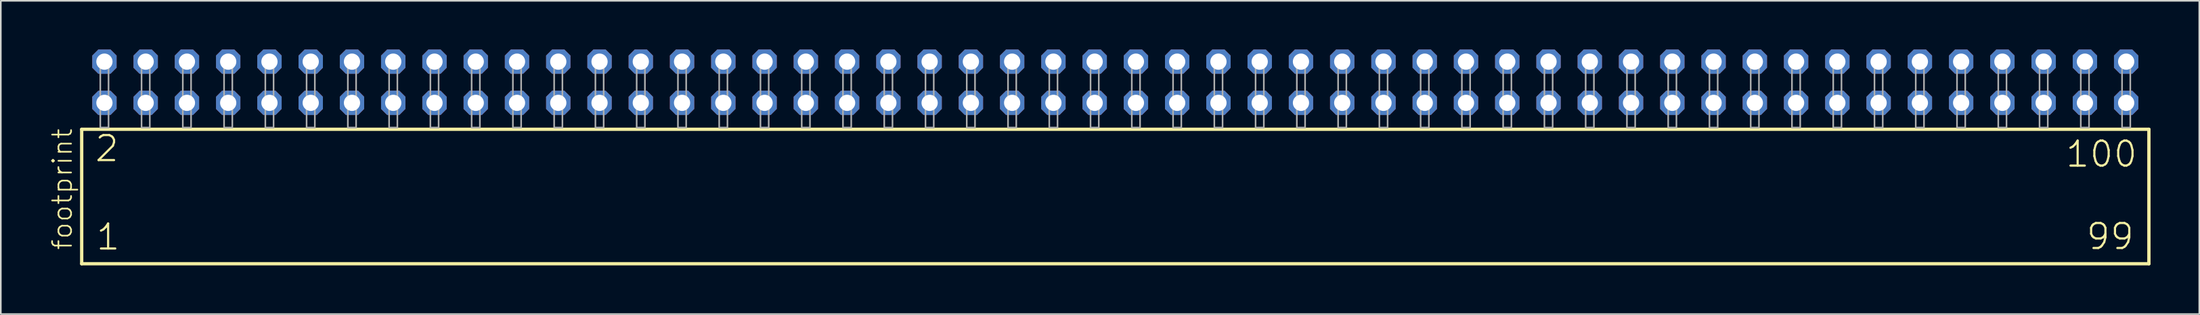
<source format=kicad_pcb>
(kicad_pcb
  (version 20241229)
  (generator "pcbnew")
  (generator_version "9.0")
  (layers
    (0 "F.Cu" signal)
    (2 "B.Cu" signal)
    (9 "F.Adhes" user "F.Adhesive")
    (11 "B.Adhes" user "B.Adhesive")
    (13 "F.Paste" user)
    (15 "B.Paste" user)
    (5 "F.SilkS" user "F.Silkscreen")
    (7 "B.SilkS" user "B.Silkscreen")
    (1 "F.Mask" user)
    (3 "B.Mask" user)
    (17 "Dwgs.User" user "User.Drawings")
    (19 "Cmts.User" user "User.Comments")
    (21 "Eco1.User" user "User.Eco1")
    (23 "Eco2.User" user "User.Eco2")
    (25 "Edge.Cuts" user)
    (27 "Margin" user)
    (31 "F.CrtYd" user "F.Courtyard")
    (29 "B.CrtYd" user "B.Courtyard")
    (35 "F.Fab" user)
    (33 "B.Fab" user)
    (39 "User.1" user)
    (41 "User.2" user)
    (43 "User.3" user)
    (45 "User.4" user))
  (footprint "footprint"
    (layer "F.Cu")
    (at 65.608 4.814)
    (property "Reference" "footprint" (at -64.135 7.62 90) (layer "F.SilkS") (effects (font (size 1.168 1.168) (thickness 0.102)) (justify left bottom)))
    (fp_line (start -63.629 0.106) (end -63.629 8.396) (stroke (width 0.203) (type solid)) (layer "F.SilkS"))
    (fp_line (start -63.629 8.396) (end 63.629 8.396) (stroke (width 0.203) (type solid)) (layer "F.SilkS"))
    (fp_line (start 63.629 0.106) (end -63.629 0.106) (stroke (width 0.203) (type solid)) (layer "F.SilkS"))
    (fp_line (start 63.629 8.396) (end 63.629 0.106) (stroke (width 0.203) (type solid)) (layer "F.SilkS"))
    (fp_poly (pts (xy -62.484 0) (xy -61.976 0) (xy -61.976 -4.318) (xy -62.484 -4.318)) (stroke (width 0.1) (type solid)) (fill no) (layer "F.Fab"))
    (fp_poly (pts (xy -59.944 0) (xy -59.436 0) (xy -59.436 -4.318) (xy -59.944 -4.318)) (stroke (width 0.1) (type solid)) (fill no) (layer "F.Fab"))
    (fp_poly (pts (xy -57.404 0) (xy -56.896 0) (xy -56.896 -4.318) (xy -57.404 -4.318)) (stroke (width 0.1) (type solid)) (fill no) (layer "F.Fab"))
    (fp_poly (pts (xy -54.864 0) (xy -54.356 0) (xy -54.356 -4.318) (xy -54.864 -4.318)) (stroke (width 0.1) (type solid)) (fill no) (layer "F.Fab"))
    (fp_poly (pts (xy -52.324 0) (xy -51.816 0) (xy -51.816 -4.318) (xy -52.324 -4.318)) (stroke (width 0.1) (type solid)) (fill no) (layer "F.Fab"))
    (fp_poly (pts (xy -49.784 0) (xy -49.276 0) (xy -49.276 -4.318) (xy -49.784 -4.318)) (stroke (width 0.1) (type solid)) (fill no) (layer "F.Fab"))
    (fp_poly (pts (xy -47.244 0) (xy -46.736 0) (xy -46.736 -4.318) (xy -47.244 -4.318)) (stroke (width 0.1) (type solid)) (fill no) (layer "F.Fab"))
    (fp_poly (pts (xy -44.704 0) (xy -44.196 0) (xy -44.196 -4.318) (xy -44.704 -4.318)) (stroke (width 0.1) (type solid)) (fill no) (layer "F.Fab"))
    (fp_poly (pts (xy -42.164 0) (xy -41.656 0) (xy -41.656 -4.318) (xy -42.164 -4.318)) (stroke (width 0.1) (type solid)) (fill no) (layer "F.Fab"))
    (fp_poly (pts (xy -39.624 0) (xy -39.116 0) (xy -39.116 -4.318) (xy -39.624 -4.318)) (stroke (width 0.1) (type solid)) (fill no) (layer "F.Fab"))
    (fp_poly (pts (xy -37.084 0) (xy -36.576 0) (xy -36.576 -4.318) (xy -37.084 -4.318)) (stroke (width 0.1) (type solid)) (fill no) (layer "F.Fab"))
    (fp_poly (pts (xy -34.544 0) (xy -34.036 0) (xy -34.036 -4.318) (xy -34.544 -4.318)) (stroke (width 0.1) (type solid)) (fill no) (layer "F.Fab"))
    (fp_poly (pts (xy -32.004 0) (xy -31.496 0) (xy -31.496 -4.318) (xy -32.004 -4.318)) (stroke (width 0.1) (type solid)) (fill no) (layer "F.Fab"))
    (fp_poly (pts (xy -29.464 0) (xy -28.956 0) (xy -28.956 -4.318) (xy -29.464 -4.318)) (stroke (width 0.1) (type solid)) (fill no) (layer "F.Fab"))
    (fp_poly (pts (xy -26.924 0) (xy -26.416 0) (xy -26.416 -4.318) (xy -26.924 -4.318)) (stroke (width 0.1) (type solid)) (fill no) (layer "F.Fab"))
    (fp_poly (pts (xy -24.384 0) (xy -23.876 0) (xy -23.876 -4.318) (xy -24.384 -4.318)) (stroke (width 0.1) (type solid)) (fill no) (layer "F.Fab"))
    (fp_poly (pts (xy -21.844 0) (xy -21.336 0) (xy -21.336 -4.318) (xy -21.844 -4.318)) (stroke (width 0.1) (type solid)) (fill no) (layer "F.Fab"))
    (fp_poly (pts (xy -19.304 0) (xy -18.796 0) (xy -18.796 -4.318) (xy -19.304 -4.318)) (stroke (width 0.1) (type solid)) (fill no) (layer "F.Fab"))
    (fp_poly (pts (xy -16.764 0) (xy -16.256 0) (xy -16.256 -4.318) (xy -16.764 -4.318)) (stroke (width 0.1) (type solid)) (fill no) (layer "F.Fab"))
    (fp_poly (pts (xy -14.224 0) (xy -13.716 0) (xy -13.716 -4.318) (xy -14.224 -4.318)) (stroke (width 0.1) (type solid)) (fill no) (layer "F.Fab"))
    (fp_poly (pts (xy -11.684 0) (xy -11.176 0) (xy -11.176 -4.318) (xy -11.684 -4.318)) (stroke (width 0.1) (type solid)) (fill no) (layer "F.Fab"))
    (fp_poly (pts (xy -9.144 0) (xy -8.636 0) (xy -8.636 -4.318) (xy -9.144 -4.318)) (stroke (width 0.1) (type solid)) (fill no) (layer "F.Fab"))
    (fp_poly (pts (xy -6.604 0) (xy -6.096 0) (xy -6.096 -4.318) (xy -6.604 -4.318)) (stroke (width 0.1) (type solid)) (fill no) (layer "F.Fab"))
    (fp_poly (pts (xy -4.064 0) (xy -3.556 0) (xy -3.556 -4.318) (xy -4.064 -4.318)) (stroke (width 0.1) (type solid)) (fill no) (layer "F.Fab"))
    (fp_poly (pts (xy -1.524 0) (xy -1.016 0) (xy -1.016 -4.318) (xy -1.524 -4.318)) (stroke (width 0.1) (type solid)) (fill no) (layer "F.Fab"))
    (fp_poly (pts (xy 1.016 0) (xy 1.524 0) (xy 1.524 -4.318) (xy 1.016 -4.318)) (stroke (width 0.1) (type solid)) (fill no) (layer "F.Fab"))
    (fp_poly (pts (xy 3.556 0) (xy 4.064 0) (xy 4.064 -4.318) (xy 3.556 -4.318)) (stroke (width 0.1) (type solid)) (fill no) (layer "F.Fab"))
    (fp_poly (pts (xy 6.096 0) (xy 6.604 0) (xy 6.604 -4.318) (xy 6.096 -4.318)) (stroke (width 0.1) (type solid)) (fill no) (layer "F.Fab"))
    (fp_poly (pts (xy 8.636 0) (xy 9.144 0) (xy 9.144 -4.318) (xy 8.636 -4.318)) (stroke (width 0.1) (type solid)) (fill no) (layer "F.Fab"))
    (fp_poly (pts (xy 11.176 0) (xy 11.684 0) (xy 11.684 -4.318) (xy 11.176 -4.318)) (stroke (width 0.1) (type solid)) (fill no) (layer "F.Fab"))
    (fp_poly (pts (xy 13.716 0) (xy 14.224 0) (xy 14.224 -4.318) (xy 13.716 -4.318)) (stroke (width 0.1) (type solid)) (fill no) (layer "F.Fab"))
    (fp_poly (pts (xy 16.256 0) (xy 16.764 0) (xy 16.764 -4.318) (xy 16.256 -4.318)) (stroke (width 0.1) (type solid)) (fill no) (layer "F.Fab"))
    (fp_poly (pts (xy 18.796 0) (xy 19.304 0) (xy 19.304 -4.318) (xy 18.796 -4.318)) (stroke (width 0.1) (type solid)) (fill no) (layer "F.Fab"))
    (fp_poly (pts (xy 21.336 0) (xy 21.844 0) (xy 21.844 -4.318) (xy 21.336 -4.318)) (stroke (width 0.1) (type solid)) (fill no) (layer "F.Fab"))
    (fp_poly (pts (xy 23.876 0) (xy 24.384 0) (xy 24.384 -4.318) (xy 23.876 -4.318)) (stroke (width 0.1) (type solid)) (fill no) (layer "F.Fab"))
    (fp_poly (pts (xy 26.416 0) (xy 26.924 0) (xy 26.924 -4.318) (xy 26.416 -4.318)) (stroke (width 0.1) (type solid)) (fill no) (layer "F.Fab"))
    (fp_poly (pts (xy 28.956 0) (xy 29.464 0) (xy 29.464 -4.318) (xy 28.956 -4.318)) (stroke (width 0.1) (type solid)) (fill no) (layer "F.Fab"))
    (fp_poly (pts (xy 31.496 0) (xy 32.004 0) (xy 32.004 -4.318) (xy 31.496 -4.318)) (stroke (width 0.1) (type solid)) (fill no) (layer "F.Fab"))
    (fp_poly (pts (xy 34.036 0) (xy 34.544 0) (xy 34.544 -4.318) (xy 34.036 -4.318)) (stroke (width 0.1) (type solid)) (fill no) (layer "F.Fab"))
    (fp_poly (pts (xy 36.576 0) (xy 37.084 0) (xy 37.084 -4.318) (xy 36.576 -4.318)) (stroke (width 0.1) (type solid)) (fill no) (layer "F.Fab"))
    (fp_poly (pts (xy 39.116 0) (xy 39.624 0) (xy 39.624 -4.318) (xy 39.116 -4.318)) (stroke (width 0.1) (type solid)) (fill no) (layer "F.Fab"))
    (fp_poly (pts (xy 41.656 0) (xy 42.164 0) (xy 42.164 -4.318) (xy 41.656 -4.318)) (stroke (width 0.1) (type solid)) (fill no) (layer "F.Fab"))
    (fp_poly (pts (xy 44.196 0) (xy 44.704 0) (xy 44.704 -4.318) (xy 44.196 -4.318)) (stroke (width 0.1) (type solid)) (fill no) (layer "F.Fab"))
    (fp_poly (pts (xy 46.736 0) (xy 47.244 0) (xy 47.244 -4.318) (xy 46.736 -4.318)) (stroke (width 0.1) (type solid)) (fill no) (layer "F.Fab"))
    (fp_poly (pts (xy 49.276 0) (xy 49.784 0) (xy 49.784 -4.318) (xy 49.276 -4.318)) (stroke (width 0.1) (type solid)) (fill no) (layer "F.Fab"))
    (fp_poly (pts (xy 51.816 0) (xy 52.324 0) (xy 52.324 -4.318) (xy 51.816 -4.318)) (stroke (width 0.1) (type solid)) (fill no) (layer "F.Fab"))
    (fp_poly (pts (xy 54.356 0) (xy 54.864 0) (xy 54.864 -4.318) (xy 54.356 -4.318)) (stroke (width 0.1) (type solid)) (fill no) (layer "F.Fab"))
    (fp_poly (pts (xy 56.896 0) (xy 57.404 0) (xy 57.404 -4.318) (xy 56.896 -4.318)) (stroke (width 0.1) (type solid)) (fill no) (layer "F.Fab"))
    (fp_poly (pts (xy 59.436 0) (xy 59.944 0) (xy 59.944 -4.318) (xy 59.436 -4.318)) (stroke (width 0.1) (type solid)) (fill no) (layer "F.Fab"))
    (fp_poly (pts (xy 61.976 0) (xy 62.484 0) (xy 62.484 -4.318) (xy 61.976 -4.318)) (stroke (width 0.1) (type solid)) (fill no) (layer "F.Fab"))
    (fp_text user "99" (at 59.69 7.62 0) (layer "F.SilkS") (effects (font (size 1.542 1.542) (thickness 0.134)) (justify left bottom)))
    (fp_text user "100" (at 58.42 2.54 0) (layer "F.SilkS") (effects (font (size 1.542 1.542) (thickness 0.134)) (justify left bottom)))
    (fp_text user "1" (at -62.825 7.65 0) (layer "F.SilkS") (effects (font (size 1.542 1.542) (thickness 0.134)) (justify left bottom)))
    (fp_text user "2" (at -62.9 2.2 0) (layer "F.SilkS") (effects (font (size 1.542 1.542) (thickness 0.134)) (justify left bottom)))
    (pad "1" thru_hole roundrect (at -62.23 -1.524) (size 1.5 1.5) (drill 1) (layers "*.Cu" "*.Mask") (roundrect_rratio 0.25) (chamfer_ratio 0.25) (chamfer top_left top_right bottom_left bottom_right))
    (pad "2" thru_hole roundrect (at -62.23 -4.064) (size 1.5 1.5) (drill 1) (layers "*.Cu" "*.Mask") (roundrect_rratio 0.25) (chamfer_ratio 0.25) (chamfer top_left top_right bottom_left bottom_right))
    (pad "3" thru_hole roundrect (at -59.69 -1.524) (size 1.5 1.5) (drill 1) (layers "*.Cu" "*.Mask") (roundrect_rratio 0.25) (chamfer_ratio 0.25) (chamfer top_left top_right bottom_left bottom_right))
    (pad "4" thru_hole roundrect (at -59.69 -4.064) (size 1.5 1.5) (drill 1) (layers "*.Cu" "*.Mask") (roundrect_rratio 0.25) (chamfer_ratio 0.25) (chamfer top_left top_right bottom_left bottom_right))
    (pad "5" thru_hole roundrect (at -57.15 -1.524) (size 1.5 1.5) (drill 1) (layers "*.Cu" "*.Mask") (roundrect_rratio 0.25) (chamfer_ratio 0.25) (chamfer top_left top_right bottom_left bottom_right))
    (pad "6" thru_hole roundrect (at -57.15 -4.064) (size 1.5 1.5) (drill 1) (layers "*.Cu" "*.Mask") (roundrect_rratio 0.25) (chamfer_ratio 0.25) (chamfer top_left top_right bottom_left bottom_right))
    (pad "7" thru_hole roundrect (at -54.61 -1.524) (size 1.5 1.5) (drill 1) (layers "*.Cu" "*.Mask") (roundrect_rratio 0.25) (chamfer_ratio 0.25) (chamfer top_left top_right bottom_left bottom_right))
    (pad "8" thru_hole roundrect (at -54.61 -4.064) (size 1.5 1.5) (drill 1) (layers "*.Cu" "*.Mask") (roundrect_rratio 0.25) (chamfer_ratio 0.25) (chamfer top_left top_right bottom_left bottom_right))
    (pad "9" thru_hole roundrect (at -52.07 -1.524) (size 1.5 1.5) (drill 1) (layers "*.Cu" "*.Mask") (roundrect_rratio 0.25) (chamfer_ratio 0.25) (chamfer top_left top_right bottom_left bottom_right))
    (pad "10" thru_hole roundrect (at -52.07 -4.064) (size 1.5 1.5) (drill 1) (layers "*.Cu" "*.Mask") (roundrect_rratio 0.25) (chamfer_ratio 0.25) (chamfer top_left top_right bottom_left bottom_right))
    (pad "11" thru_hole roundrect (at -49.53 -1.524) (size 1.5 1.5) (drill 1) (layers "*.Cu" "*.Mask") (roundrect_rratio 0.25) (chamfer_ratio 0.25) (chamfer top_left top_right bottom_left bottom_right))
    (pad "12" thru_hole roundrect (at -49.53 -4.064) (size 1.5 1.5) (drill 1) (layers "*.Cu" "*.Mask") (roundrect_rratio 0.25) (chamfer_ratio 0.25) (chamfer top_left top_right bottom_left bottom_right))
    (pad "13" thru_hole roundrect (at -46.99 -1.524) (size 1.5 1.5) (drill 1) (layers "*.Cu" "*.Mask") (roundrect_rratio 0.25) (chamfer_ratio 0.25) (chamfer top_left top_right bottom_left bottom_right))
    (pad "14" thru_hole roundrect (at -46.99 -4.064) (size 1.5 1.5) (drill 1) (layers "*.Cu" "*.Mask") (roundrect_rratio 0.25) (chamfer_ratio 0.25) (chamfer top_left top_right bottom_left bottom_right))
    (pad "15" thru_hole roundrect (at -44.45 -1.524) (size 1.5 1.5) (drill 1) (layers "*.Cu" "*.Mask") (roundrect_rratio 0.25) (chamfer_ratio 0.25) (chamfer top_left top_right bottom_left bottom_right))
    (pad "16" thru_hole roundrect (at -44.45 -4.064) (size 1.5 1.5) (drill 1) (layers "*.Cu" "*.Mask") (roundrect_rratio 0.25) (chamfer_ratio 0.25) (chamfer top_left top_right bottom_left bottom_right))
    (pad "17" thru_hole roundrect (at -41.91 -1.524) (size 1.5 1.5) (drill 1) (layers "*.Cu" "*.Mask") (roundrect_rratio 0.25) (chamfer_ratio 0.25) (chamfer top_left top_right bottom_left bottom_right))
    (pad "18" thru_hole roundrect (at -41.91 -4.064) (size 1.5 1.5) (drill 1) (layers "*.Cu" "*.Mask") (roundrect_rratio 0.25) (chamfer_ratio 0.25) (chamfer top_left top_right bottom_left bottom_right))
    (pad "19" thru_hole roundrect (at -39.37 -1.524) (size 1.5 1.5) (drill 1) (layers "*.Cu" "*.Mask") (roundrect_rratio 0.25) (chamfer_ratio 0.25) (chamfer top_left top_right bottom_left bottom_right))
    (pad "20" thru_hole roundrect (at -39.37 -4.064) (size 1.5 1.5) (drill 1) (layers "*.Cu" "*.Mask") (roundrect_rratio 0.25) (chamfer_ratio 0.25) (chamfer top_left top_right bottom_left bottom_right))
    (pad "21" thru_hole roundrect (at -36.83 -1.524) (size 1.5 1.5) (drill 1) (layers "*.Cu" "*.Mask") (roundrect_rratio 0.25) (chamfer_ratio 0.25) (chamfer top_left top_right bottom_left bottom_right))
    (pad "22" thru_hole roundrect (at -36.83 -4.064) (size 1.5 1.5) (drill 1) (layers "*.Cu" "*.Mask") (roundrect_rratio 0.25) (chamfer_ratio 0.25) (chamfer top_left top_right bottom_left bottom_right))
    (pad "23" thru_hole roundrect (at -34.29 -1.524) (size 1.5 1.5) (drill 1) (layers "*.Cu" "*.Mask") (roundrect_rratio 0.25) (chamfer_ratio 0.25) (chamfer top_left top_right bottom_left bottom_right))
    (pad "24" thru_hole roundrect (at -34.29 -4.064) (size 1.5 1.5) (drill 1) (layers "*.Cu" "*.Mask") (roundrect_rratio 0.25) (chamfer_ratio 0.25) (chamfer top_left top_right bottom_left bottom_right))
    (pad "25" thru_hole roundrect (at -31.75 -1.524) (size 1.5 1.5) (drill 1) (layers "*.Cu" "*.Mask") (roundrect_rratio 0.25) (chamfer_ratio 0.25) (chamfer top_left top_right bottom_left bottom_right))
    (pad "26" thru_hole roundrect (at -31.75 -4.064) (size 1.5 1.5) (drill 1) (layers "*.Cu" "*.Mask") (roundrect_rratio 0.25) (chamfer_ratio 0.25) (chamfer top_left top_right bottom_left bottom_right))
    (pad "27" thru_hole roundrect (at -29.21 -1.524) (size 1.5 1.5) (drill 1) (layers "*.Cu" "*.Mask") (roundrect_rratio 0.25) (chamfer_ratio 0.25) (chamfer top_left top_right bottom_left bottom_right))
    (pad "28" thru_hole roundrect (at -29.21 -4.064) (size 1.5 1.5) (drill 1) (layers "*.Cu" "*.Mask") (roundrect_rratio 0.25) (chamfer_ratio 0.25) (chamfer top_left top_right bottom_left bottom_right))
    (pad "29" thru_hole roundrect (at -26.67 -1.524) (size 1.5 1.5) (drill 1) (layers "*.Cu" "*.Mask") (roundrect_rratio 0.25) (chamfer_ratio 0.25) (chamfer top_left top_right bottom_left bottom_right))
    (pad "30" thru_hole roundrect (at -26.67 -4.064) (size 1.5 1.5) (drill 1) (layers "*.Cu" "*.Mask") (roundrect_rratio 0.25) (chamfer_ratio 0.25) (chamfer top_left top_right bottom_left bottom_right))
    (pad "31" thru_hole roundrect (at -24.13 -1.524) (size 1.5 1.5) (drill 1) (layers "*.Cu" "*.Mask") (roundrect_rratio 0.25) (chamfer_ratio 0.25) (chamfer top_left top_right bottom_left bottom_right))
    (pad "32" thru_hole roundrect (at -24.13 -4.064) (size 1.5 1.5) (drill 1) (layers "*.Cu" "*.Mask") (roundrect_rratio 0.25) (chamfer_ratio 0.25) (chamfer top_left top_right bottom_left bottom_right))
    (pad "33" thru_hole roundrect (at -21.59 -1.524) (size 1.5 1.5) (drill 1) (layers "*.Cu" "*.Mask") (roundrect_rratio 0.25) (chamfer_ratio 0.25) (chamfer top_left top_right bottom_left bottom_right))
    (pad "34" thru_hole roundrect (at -21.59 -4.064) (size 1.5 1.5) (drill 1) (layers "*.Cu" "*.Mask") (roundrect_rratio 0.25) (chamfer_ratio 0.25) (chamfer top_left top_right bottom_left bottom_right))
    (pad "35" thru_hole roundrect (at -19.05 -1.524) (size 1.5 1.5) (drill 1) (layers "*.Cu" "*.Mask") (roundrect_rratio 0.25) (chamfer_ratio 0.25) (chamfer top_left top_right bottom_left bottom_right))
    (pad "36" thru_hole roundrect (at -19.05 -4.064) (size 1.5 1.5) (drill 1) (layers "*.Cu" "*.Mask") (roundrect_rratio 0.25) (chamfer_ratio 0.25) (chamfer top_left top_right bottom_left bottom_right))
    (pad "37" thru_hole roundrect (at -16.51 -1.524) (size 1.5 1.5) (drill 1) (layers "*.Cu" "*.Mask") (roundrect_rratio 0.25) (chamfer_ratio 0.25) (chamfer top_left top_right bottom_left bottom_right))
    (pad "38" thru_hole roundrect (at -16.51 -4.064) (size 1.5 1.5) (drill 1) (layers "*.Cu" "*.Mask") (roundrect_rratio 0.25) (chamfer_ratio 0.25) (chamfer top_left top_right bottom_left bottom_right))
    (pad "39" thru_hole roundrect (at -13.97 -1.524) (size 1.5 1.5) (drill 1) (layers "*.Cu" "*.Mask") (roundrect_rratio 0.25) (chamfer_ratio 0.25) (chamfer top_left top_right bottom_left bottom_right))
    (pad "40" thru_hole roundrect (at -13.97 -4.064) (size 1.5 1.5) (drill 1) (layers "*.Cu" "*.Mask") (roundrect_rratio 0.25) (chamfer_ratio 0.25) (chamfer top_left top_right bottom_left bottom_right))
    (pad "41" thru_hole roundrect (at -11.43 -1.524) (size 1.5 1.5) (drill 1) (layers "*.Cu" "*.Mask") (roundrect_rratio 0.25) (chamfer_ratio 0.25) (chamfer top_left top_right bottom_left bottom_right))
    (pad "42" thru_hole roundrect (at -11.43 -4.064) (size 1.5 1.5) (drill 1) (layers "*.Cu" "*.Mask") (roundrect_rratio 0.25) (chamfer_ratio 0.25) (chamfer top_left top_right bottom_left bottom_right))
    (pad "43" thru_hole roundrect (at -8.89 -1.524) (size 1.5 1.5) (drill 1) (layers "*.Cu" "*.Mask") (roundrect_rratio 0.25) (chamfer_ratio 0.25) (chamfer top_left top_right bottom_left bottom_right))
    (pad "44" thru_hole roundrect (at -8.89 -4.064) (size 1.5 1.5) (drill 1) (layers "*.Cu" "*.Mask") (roundrect_rratio 0.25) (chamfer_ratio 0.25) (chamfer top_left top_right bottom_left bottom_right))
    (pad "45" thru_hole roundrect (at -6.35 -1.524) (size 1.5 1.5) (drill 1) (layers "*.Cu" "*.Mask") (roundrect_rratio 0.25) (chamfer_ratio 0.25) (chamfer top_left top_right bottom_left bottom_right))
    (pad "46" thru_hole roundrect (at -6.35 -4.064) (size 1.5 1.5) (drill 1) (layers "*.Cu" "*.Mask") (roundrect_rratio 0.25) (chamfer_ratio 0.25) (chamfer top_left top_right bottom_left bottom_right))
    (pad "47" thru_hole roundrect (at -3.81 -1.524) (size 1.5 1.5) (drill 1) (layers "*.Cu" "*.Mask") (roundrect_rratio 0.25) (chamfer_ratio 0.25) (chamfer top_left top_right bottom_left bottom_right))
    (pad "48" thru_hole roundrect (at -3.81 -4.064) (size 1.5 1.5) (drill 1) (layers "*.Cu" "*.Mask") (roundrect_rratio 0.25) (chamfer_ratio 0.25) (chamfer top_left top_right bottom_left bottom_right))
    (pad "49" thru_hole roundrect (at -1.27 -1.524) (size 1.5 1.5) (drill 1) (layers "*.Cu" "*.Mask") (roundrect_rratio 0.25) (chamfer_ratio 0.25) (chamfer top_left top_right bottom_left bottom_right))
    (pad "50" thru_hole roundrect (at -1.27 -4.064) (size 1.5 1.5) (drill 1) (layers "*.Cu" "*.Mask") (roundrect_rratio 0.25) (chamfer_ratio 0.25) (chamfer top_left top_right bottom_left bottom_right))
    (pad "51" thru_hole roundrect (at 1.27 -1.524) (size 1.5 1.5) (drill 1) (layers "*.Cu" "*.Mask") (roundrect_rratio 0.25) (chamfer_ratio 0.25) (chamfer top_left top_right bottom_left bottom_right))
    (pad "52" thru_hole roundrect (at 1.27 -4.064) (size 1.5 1.5) (drill 1) (layers "*.Cu" "*.Mask") (roundrect_rratio 0.25) (chamfer_ratio 0.25) (chamfer top_left top_right bottom_left bottom_right))
    (pad "53" thru_hole roundrect (at 3.81 -1.524) (size 1.5 1.5) (drill 1) (layers "*.Cu" "*.Mask") (roundrect_rratio 0.25) (chamfer_ratio 0.25) (chamfer top_left top_right bottom_left bottom_right))
    (pad "54" thru_hole roundrect (at 3.81 -4.064) (size 1.5 1.5) (drill 1) (layers "*.Cu" "*.Mask") (roundrect_rratio 0.25) (chamfer_ratio 0.25) (chamfer top_left top_right bottom_left bottom_right))
    (pad "55" thru_hole roundrect (at 6.35 -1.524) (size 1.5 1.5) (drill 1) (layers "*.Cu" "*.Mask") (roundrect_rratio 0.25) (chamfer_ratio 0.25) (chamfer top_left top_right bottom_left bottom_right))
    (pad "56" thru_hole roundrect (at 6.35 -4.064) (size 1.5 1.5) (drill 1) (layers "*.Cu" "*.Mask") (roundrect_rratio 0.25) (chamfer_ratio 0.25) (chamfer top_left top_right bottom_left bottom_right))
    (pad "57" thru_hole roundrect (at 8.89 -1.524) (size 1.5 1.5) (drill 1) (layers "*.Cu" "*.Mask") (roundrect_rratio 0.25) (chamfer_ratio 0.25) (chamfer top_left top_right bottom_left bottom_right))
    (pad "58" thru_hole roundrect (at 8.89 -4.064) (size 1.5 1.5) (drill 1) (layers "*.Cu" "*.Mask") (roundrect_rratio 0.25) (chamfer_ratio 0.25) (chamfer top_left top_right bottom_left bottom_right))
    (pad "59" thru_hole roundrect (at 11.43 -1.524) (size 1.5 1.5) (drill 1) (layers "*.Cu" "*.Mask") (roundrect_rratio 0.25) (chamfer_ratio 0.25) (chamfer top_left top_right bottom_left bottom_right))
    (pad "60" thru_hole roundrect (at 11.43 -4.064) (size 1.5 1.5) (drill 1) (layers "*.Cu" "*.Mask") (roundrect_rratio 0.25) (chamfer_ratio 0.25) (chamfer top_left top_right bottom_left bottom_right))
    (pad "61" thru_hole roundrect (at 13.97 -1.524) (size 1.5 1.5) (drill 1) (layers "*.Cu" "*.Mask") (roundrect_rratio 0.25) (chamfer_ratio 0.25) (chamfer top_left top_right bottom_left bottom_right))
    (pad "62" thru_hole roundrect (at 13.97 -4.064) (size 1.5 1.5) (drill 1) (layers "*.Cu" "*.Mask") (roundrect_rratio 0.25) (chamfer_ratio 0.25) (chamfer top_left top_right bottom_left bottom_right))
    (pad "63" thru_hole roundrect (at 16.51 -1.524) (size 1.5 1.5) (drill 1) (layers "*.Cu" "*.Mask") (roundrect_rratio 0.25) (chamfer_ratio 0.25) (chamfer top_left top_right bottom_left bottom_right))
    (pad "64" thru_hole roundrect (at 16.51 -4.064) (size 1.5 1.5) (drill 1) (layers "*.Cu" "*.Mask") (roundrect_rratio 0.25) (chamfer_ratio 0.25) (chamfer top_left top_right bottom_left bottom_right))
    (pad "65" thru_hole roundrect (at 19.05 -1.524) (size 1.5 1.5) (drill 1) (layers "*.Cu" "*.Mask") (roundrect_rratio 0.25) (chamfer_ratio 0.25) (chamfer top_left top_right bottom_left bottom_right))
    (pad "66" thru_hole roundrect (at 19.05 -4.064) (size 1.5 1.5) (drill 1) (layers "*.Cu" "*.Mask") (roundrect_rratio 0.25) (chamfer_ratio 0.25) (chamfer top_left top_right bottom_left bottom_right))
    (pad "67" thru_hole roundrect (at 21.59 -1.524) (size 1.5 1.5) (drill 1) (layers "*.Cu" "*.Mask") (roundrect_rratio 0.25) (chamfer_ratio 0.25) (chamfer top_left top_right bottom_left bottom_right))
    (pad "68" thru_hole roundrect (at 21.59 -4.064) (size 1.5 1.5) (drill 1) (layers "*.Cu" "*.Mask") (roundrect_rratio 0.25) (chamfer_ratio 0.25) (chamfer top_left top_right bottom_left bottom_right))
    (pad "69" thru_hole roundrect (at 24.13 -1.524) (size 1.5 1.5) (drill 1) (layers "*.Cu" "*.Mask") (roundrect_rratio 0.25) (chamfer_ratio 0.25) (chamfer top_left top_right bottom_left bottom_right))
    (pad "70" thru_hole roundrect (at 24.13 -4.064) (size 1.5 1.5) (drill 1) (layers "*.Cu" "*.Mask") (roundrect_rratio 0.25) (chamfer_ratio 0.25) (chamfer top_left top_right bottom_left bottom_right))
    (pad "71" thru_hole roundrect (at 26.67 -1.524) (size 1.5 1.5) (drill 1) (layers "*.Cu" "*.Mask") (roundrect_rratio 0.25) (chamfer_ratio 0.25) (chamfer top_left top_right bottom_left bottom_right))
    (pad "72" thru_hole roundrect (at 26.67 -4.064) (size 1.5 1.5) (drill 1) (layers "*.Cu" "*.Mask") (roundrect_rratio 0.25) (chamfer_ratio 0.25) (chamfer top_left top_right bottom_left bottom_right))
    (pad "73" thru_hole roundrect (at 29.21 -1.524) (size 1.5 1.5) (drill 1) (layers "*.Cu" "*.Mask") (roundrect_rratio 0.25) (chamfer_ratio 0.25) (chamfer top_left top_right bottom_left bottom_right))
    (pad "74" thru_hole roundrect (at 29.21 -4.064) (size 1.5 1.5) (drill 1) (layers "*.Cu" "*.Mask") (roundrect_rratio 0.25) (chamfer_ratio 0.25) (chamfer top_left top_right bottom_left bottom_right))
    (pad "75" thru_hole roundrect (at 31.75 -1.524) (size 1.5 1.5) (drill 1) (layers "*.Cu" "*.Mask") (roundrect_rratio 0.25) (chamfer_ratio 0.25) (chamfer top_left top_right bottom_left bottom_right))
    (pad "76" thru_hole roundrect (at 31.75 -4.064) (size 1.5 1.5) (drill 1) (layers "*.Cu" "*.Mask") (roundrect_rratio 0.25) (chamfer_ratio 0.25) (chamfer top_left top_right bottom_left bottom_right))
    (pad "77" thru_hole roundrect (at 34.29 -1.524) (size 1.5 1.5) (drill 1) (layers "*.Cu" "*.Mask") (roundrect_rratio 0.25) (chamfer_ratio 0.25) (chamfer top_left top_right bottom_left bottom_right))
    (pad "78" thru_hole roundrect (at 34.29 -4.064) (size 1.5 1.5) (drill 1) (layers "*.Cu" "*.Mask") (roundrect_rratio 0.25) (chamfer_ratio 0.25) (chamfer top_left top_right bottom_left bottom_right))
    (pad "79" thru_hole roundrect (at 36.83 -1.524) (size 1.5 1.5) (drill 1) (layers "*.Cu" "*.Mask") (roundrect_rratio 0.25) (chamfer_ratio 0.25) (chamfer top_left top_right bottom_left bottom_right))
    (pad "80" thru_hole roundrect (at 36.83 -4.064) (size 1.5 1.5) (drill 1) (layers "*.Cu" "*.Mask") (roundrect_rratio 0.25) (chamfer_ratio 0.25) (chamfer top_left top_right bottom_left bottom_right))
    (pad "81" thru_hole roundrect (at 39.37 -1.524) (size 1.5 1.5) (drill 1) (layers "*.Cu" "*.Mask") (roundrect_rratio 0.25) (chamfer_ratio 0.25) (chamfer top_left top_right bottom_left bottom_right))
    (pad "82" thru_hole roundrect (at 39.37 -4.064) (size 1.5 1.5) (drill 1) (layers "*.Cu" "*.Mask") (roundrect_rratio 0.25) (chamfer_ratio 0.25) (chamfer top_left top_right bottom_left bottom_right))
    (pad "83" thru_hole roundrect (at 41.91 -1.524) (size 1.5 1.5) (drill 1) (layers "*.Cu" "*.Mask") (roundrect_rratio 0.25) (chamfer_ratio 0.25) (chamfer top_left top_right bottom_left bottom_right))
    (pad "84" thru_hole roundrect (at 41.91 -4.064) (size 1.5 1.5) (drill 1) (layers "*.Cu" "*.Mask") (roundrect_rratio 0.25) (chamfer_ratio 0.25) (chamfer top_left top_right bottom_left bottom_right))
    (pad "85" thru_hole roundrect (at 44.45 -1.524) (size 1.5 1.5) (drill 1) (layers "*.Cu" "*.Mask") (roundrect_rratio 0.25) (chamfer_ratio 0.25) (chamfer top_left top_right bottom_left bottom_right))
    (pad "86" thru_hole roundrect (at 44.45 -4.064) (size 1.5 1.5) (drill 1) (layers "*.Cu" "*.Mask") (roundrect_rratio 0.25) (chamfer_ratio 0.25) (chamfer top_left top_right bottom_left bottom_right))
    (pad "87" thru_hole roundrect (at 46.99 -1.524) (size 1.5 1.5) (drill 1) (layers "*.Cu" "*.Mask") (roundrect_rratio 0.25) (chamfer_ratio 0.25) (chamfer top_left top_right bottom_left bottom_right))
    (pad "88" thru_hole roundrect (at 46.99 -4.064) (size 1.5 1.5) (drill 1) (layers "*.Cu" "*.Mask") (roundrect_rratio 0.25) (chamfer_ratio 0.25) (chamfer top_left top_right bottom_left bottom_right))
    (pad "89" thru_hole roundrect (at 49.53 -1.524) (size 1.5 1.5) (drill 1) (layers "*.Cu" "*.Mask") (roundrect_rratio 0.25) (chamfer_ratio 0.25) (chamfer top_left top_right bottom_left bottom_right))
    (pad "90" thru_hole roundrect (at 49.53 -4.064) (size 1.5 1.5) (drill 1) (layers "*.Cu" "*.Mask") (roundrect_rratio 0.25) (chamfer_ratio 0.25) (chamfer top_left top_right bottom_left bottom_right))
    (pad "91" thru_hole roundrect (at 52.07 -1.524) (size 1.5 1.5) (drill 1) (layers "*.Cu" "*.Mask") (roundrect_rratio 0.25) (chamfer_ratio 0.25) (chamfer top_left top_right bottom_left bottom_right))
    (pad "92" thru_hole roundrect (at 52.07 -4.064) (size 1.5 1.5) (drill 1) (layers "*.Cu" "*.Mask") (roundrect_rratio 0.25) (chamfer_ratio 0.25) (chamfer top_left top_right bottom_left bottom_right))
    (pad "93" thru_hole roundrect (at 54.61 -1.524) (size 1.5 1.5) (drill 1) (layers "*.Cu" "*.Mask") (roundrect_rratio 0.25) (chamfer_ratio 0.25) (chamfer top_left top_right bottom_left bottom_right))
    (pad "94" thru_hole roundrect (at 54.61 -4.064) (size 1.5 1.5) (drill 1) (layers "*.Cu" "*.Mask") (roundrect_rratio 0.25) (chamfer_ratio 0.25) (chamfer top_left top_right bottom_left bottom_right))
    (pad "95" thru_hole roundrect (at 57.15 -1.524) (size 1.5 1.5) (drill 1) (layers "*.Cu" "*.Mask") (roundrect_rratio 0.25) (chamfer_ratio 0.25) (chamfer top_left top_right bottom_left bottom_right))
    (pad "96" thru_hole roundrect (at 57.15 -4.064) (size 1.5 1.5) (drill 1) (layers "*.Cu" "*.Mask") (roundrect_rratio 0.25) (chamfer_ratio 0.25) (chamfer top_left top_right bottom_left bottom_right))
    (pad "97" thru_hole roundrect (at 59.69 -1.524) (size 1.5 1.5) (drill 1) (layers "*.Cu" "*.Mask") (roundrect_rratio 0.25) (chamfer_ratio 0.25) (chamfer top_left top_right bottom_left bottom_right))
    (pad "98" thru_hole roundrect (at 59.69 -4.064) (size 1.5 1.5) (drill 1) (layers "*.Cu" "*.Mask") (roundrect_rratio 0.25) (chamfer_ratio 0.25) (chamfer top_left top_right bottom_left bottom_right))
    (pad "99" thru_hole roundrect (at 62.23 -1.524) (size 1.5 1.5) (drill 1) (layers "*.Cu" "*.Mask") (roundrect_rratio 0.25) (chamfer_ratio 0.25) (chamfer top_left top_right bottom_left bottom_right))
    (pad "100" thru_hole roundrect (at 62.23 -4.064) (size 1.5 1.5) (drill 1) (layers "*.Cu" "*.Mask") (roundrect_rratio 0.25) (chamfer_ratio 0.25) (chamfer top_left top_right bottom_left bottom_right)))
  (gr_rect
    (start -3 -3)
    (end 132.339 16.312)
    (stroke (width 0.1) (type default))
    (fill no)
    (layer "Edge.Cuts")))
</source>
